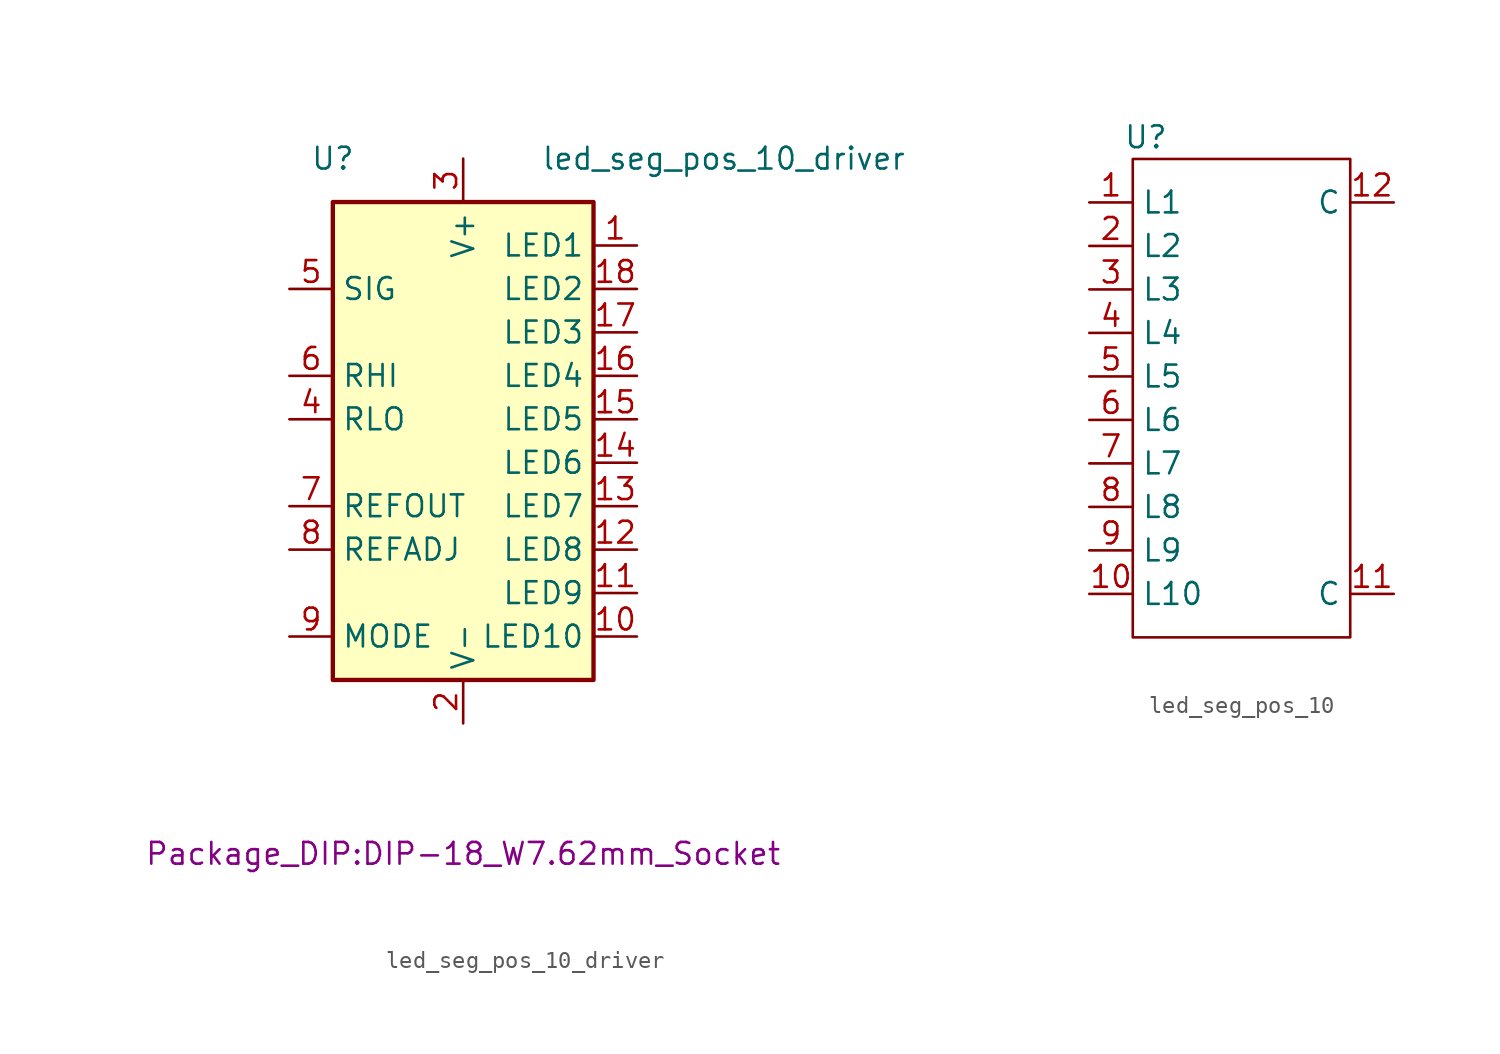
<source format=kicad_sym>
(kicad_symbol_lib
  (version 20211014)
  (generator kicad_symbol_editor)
  (symbol "led_seg_pos_10_driver"
    (property "Reference" "U"
      (at 0 2.54 0)
      (effects (font (size 1.27 1.27))))
    (property "Value" "led_seg_pos_10_driver"
      (at 22.86 2.54 0)
      (effects (font (size 1.27 1.27))))
    (property "Footprint" "Package_DIP:DIP-18_W7.62mm_Socket"
      (at 7.62 -38.1 0)
      (effects (font (size 1.27 1.27))))
    (symbol "led_seg_pos_10_driver_0_1"
      (rectangle (start 0 0) (end 15.24 -27.94) (stroke (width 0.254) (type default) (color 0 0 0 0)) (fill (type background))))
    (symbol "led_seg_pos_10_driver_1_1"
      (pin open_collector line (at 17.78 -2.54 180) (length 2.54) (name "LED1" (effects (font (size 1.27 1.27)))) (number "1" (effects (font (size 1.27 1.27)))))
      (pin open_collector line (at 17.78 -25.4 180) (length 2.54) (name "LED10" (effects (font (size 1.27 1.27)))) (number "10" (effects (font (size 1.27 1.27)))))
      (pin open_collector line (at 17.78 -22.86 180) (length 2.54) (name "LED9" (effects (font (size 1.27 1.27)))) (number "11" (effects (font (size 1.27 1.27)))))
      (pin open_collector line (at 17.78 -20.32 180) (length 2.54) (name "LED8" (effects (font (size 1.27 1.27)))) (number "12" (effects (font (size 1.27 1.27)))))
      (pin open_collector line (at 17.78 -17.78 180) (length 2.54) (name "LED7" (effects (font (size 1.27 1.27)))) (number "13" (effects (font (size 1.27 1.27)))))
      (pin open_collector line (at 17.78 -15.24 180) (length 2.54) (name "LED6" (effects (font (size 1.27 1.27)))) (number "14" (effects (font (size 1.27 1.27)))))
      (pin open_collector line (at 17.78 -12.7 180) (length 2.54) (name "LED5" (effects (font (size 1.27 1.27)))) (number "15" (effects (font (size 1.27 1.27)))))
      (pin open_collector line (at 17.78 -10.16 180) (length 2.54) (name "LED4" (effects (font (size 1.27 1.27)))) (number "16" (effects (font (size 1.27 1.27)))))
      (pin open_collector line (at 17.78 -7.62 180) (length 2.54) (name "LED3" (effects (font (size 1.27 1.27)))) (number "17" (effects (font (size 1.27 1.27)))))
      (pin open_collector line (at 17.78 -5.08 180) (length 2.54) (name "LED2" (effects (font (size 1.27 1.27)))) (number "18" (effects (font (size 1.27 1.27)))))
      (pin power_in line (at 7.62 -30.48 90) (length 2.54) (name "V-" (effects (font (size 1.27 1.27)))) (number "2" (effects (font (size 1.27 1.27)))))
      (pin power_in line (at 7.62 2.54 270) (length 2.54) (name "V+" (effects (font (size 1.27 1.27)))) (number "3" (effects (font (size 1.27 1.27)))))
      (pin input line (at -2.54 -12.7 0) (length 2.54) (name "RLO" (effects (font (size 1.27 1.27)))) (number "4" (effects (font (size 1.27 1.27)))))
      (pin input line (at -2.54 -5.08 0) (length 2.54) (name "SIG" (effects (font (size 1.27 1.27)))) (number "5" (effects (font (size 1.27 1.27)))))
      (pin input line (at -2.54 -10.16 0) (length 2.54) (name "RHI" (effects (font (size 1.27 1.27)))) (number "6" (effects (font (size 1.27 1.27)))))
      (pin output line (at -2.54 -17.78 0) (length 2.54) (name "REFOUT" (effects (font (size 1.27 1.27)))) (number "7" (effects (font (size 1.27 1.27)))))
      (pin input line (at -2.54 -20.32 0) (length 2.54) (name "REFADJ" (effects (font (size 1.27 1.27)))) (number "8" (effects (font (size 1.27 1.27)))))
      (pin input line (at -2.54 -25.4 0) (length 2.54) (name "MODE" (effects (font (size 1.27 1.27)))) (number "9" (effects (font (size 1.27 1.27)))))))
  (symbol "led_seg_pos_10"
    (property "Reference" "U"
      (at 0.762 1.27 0)
      (effects (font (size 1.27 1.27))))
    (symbol "led_seg_pos_10_0_1"
      (rectangle (start 0 0) (end 12.7 -27.94) (stroke (width 0) (type default) (color 0 0 0 0)) (fill (type none))))
    (symbol "led_seg_pos_10_1_1"
      (pin passive line (at -2.54 -2.54 0) (length 2.54) (name "L1" (effects (font (size 1.27 1.27)))) (number "1" (effects (font (size 1.27 1.27)))))
      (pin passive line (at -2.54 -25.4 0) (length 2.54) (name "L10" (effects (font (size 1.27 1.27)))) (number "10" (effects (font (size 1.27 1.27)))))
      (pin passive line (at 15.24 -25.4 180) (length 2.54) (name "C" (effects (font (size 1.27 1.27)))) (number "11" (effects (font (size 1.27 1.27)))))
      (pin passive line (at 15.24 -2.54 180) (length 2.54) (name "C" (effects (font (size 1.27 1.27)))) (number "12" (effects (font (size 1.27 1.27)))))
      (pin passive line (at -2.54 -5.08 0) (length 2.54) (name "L2" (effects (font (size 1.27 1.27)))) (number "2" (effects (font (size 1.27 1.27)))))
      (pin passive line (at -2.54 -7.62 0) (length 2.54) (name "L3" (effects (font (size 1.27 1.27)))) (number "3" (effects (font (size 1.27 1.27)))))
      (pin passive line (at -2.54 -10.16 0) (length 2.54) (name "L4" (effects (font (size 1.27 1.27)))) (number "4" (effects (font (size 1.27 1.27)))))
      (pin passive line (at -2.54 -12.7 0) (length 2.54) (name "L5" (effects (font (size 1.27 1.27)))) (number "5" (effects (font (size 1.27 1.27)))))
      (pin passive line (at -2.54 -15.24 0) (length 2.54) (name "L6" (effects (font (size 1.27 1.27)))) (number "6" (effects (font (size 1.27 1.27)))))
      (pin passive line (at -2.54 -17.78 0) (length 2.54) (name "L7" (effects (font (size 1.27 1.27)))) (number "7" (effects (font (size 1.27 1.27)))))
      (pin passive line (at -2.54 -20.32 0) (length 2.54) (name "L8" (effects (font (size 1.27 1.27)))) (number "8" (effects (font (size 1.27 1.27)))))
      (pin passive line (at -2.54 -22.86 0) (length 2.54) (name "L9" (effects (font (size 1.27 1.27)))) (number "9" (effects (font (size 1.27 1.27))))))))
</source>
